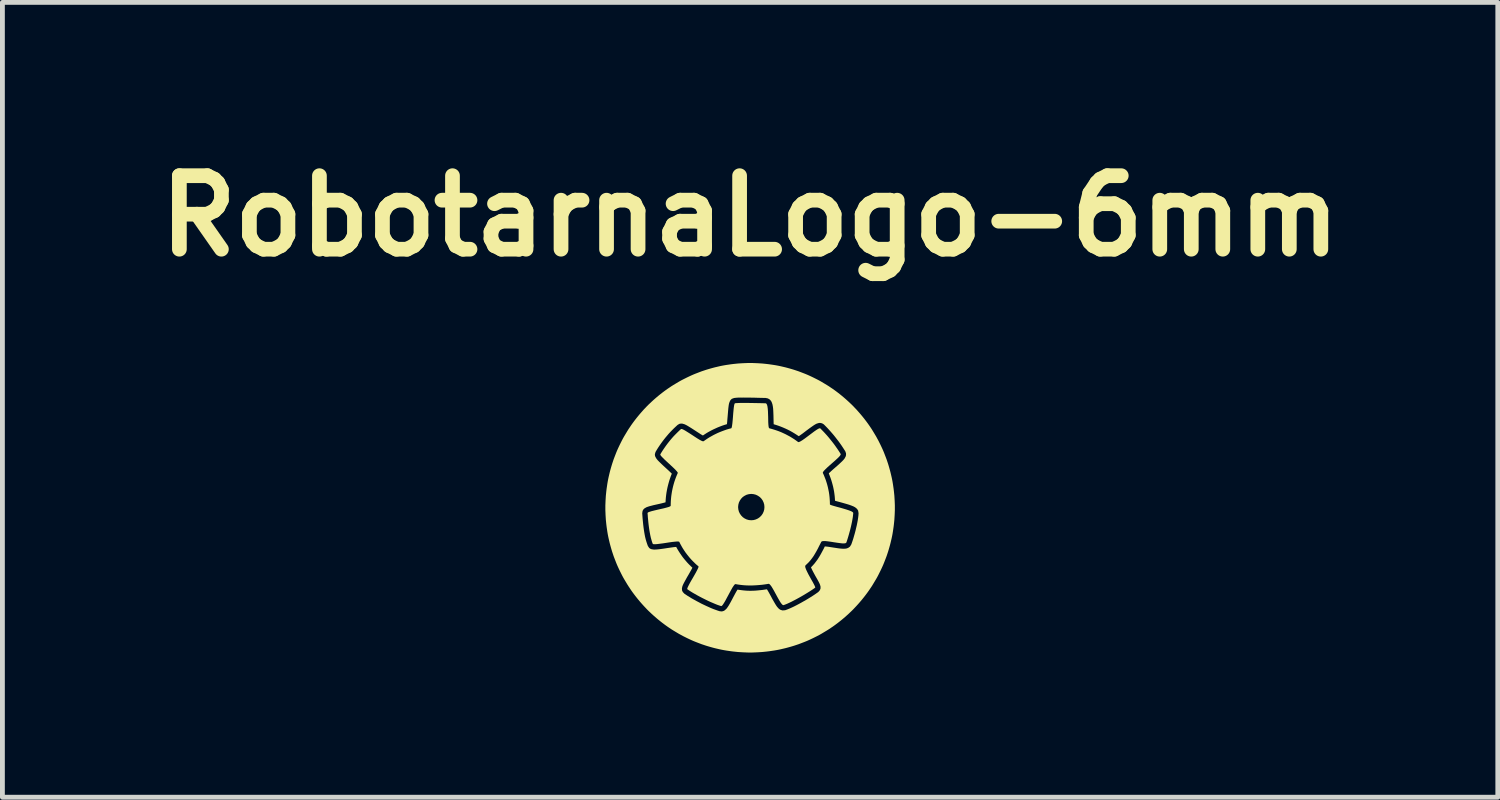
<source format=kicad_pcb>
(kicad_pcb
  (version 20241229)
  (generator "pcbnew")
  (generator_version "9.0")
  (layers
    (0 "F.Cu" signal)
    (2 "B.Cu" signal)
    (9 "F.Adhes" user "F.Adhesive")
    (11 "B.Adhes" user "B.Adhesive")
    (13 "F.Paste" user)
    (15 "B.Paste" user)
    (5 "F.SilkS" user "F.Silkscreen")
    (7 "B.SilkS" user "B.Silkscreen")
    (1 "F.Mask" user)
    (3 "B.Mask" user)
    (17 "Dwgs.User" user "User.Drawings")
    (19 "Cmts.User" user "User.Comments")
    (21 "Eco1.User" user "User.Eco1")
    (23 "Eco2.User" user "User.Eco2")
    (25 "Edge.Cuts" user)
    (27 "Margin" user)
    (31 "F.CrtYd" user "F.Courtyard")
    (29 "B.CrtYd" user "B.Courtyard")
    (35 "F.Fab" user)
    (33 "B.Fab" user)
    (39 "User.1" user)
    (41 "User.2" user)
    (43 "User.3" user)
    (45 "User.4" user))
  (footprint "RobotarnaLogo-6mm"
    (layer "F.Cu")
    (at 12.497 7.474)
    (property "Reference" "RobotarnaLogo-6mm" (at 0 -6.048 0) (layer "F.SilkS") (effects (font (size 1.524 1.524) (thickness 0.305))))
    (attr exclude_from_pos_files exclude_from_bom)
    (fp_poly (pts (xy -0.189 -2.173) (xy -0.249 -0.014) (xy -0.244 0.035) (xy -0.232 0.081) (xy -0.211 0.124) (xy -0.184 0.162) (xy -0.152 0.195) (xy -0.113 0.222) (xy -0.071 0.242) (xy -0.025 0.255) (xy 0.024 0.259) (xy 0.073 0.255) (xy 0.119 0.242) (xy 0.162 0.222) (xy 0.2 0.195) (xy 0.233 0.162) (xy 0.26 0.124) (xy 0.28 0.081) (xy 0.293 0.035) (xy 0.297 -0.014) (xy 0.293 -0.063) (xy 0.28 -0.109) (xy 0.26 -0.152) (xy 0.233 -0.19) (xy 0.2 -0.223) (xy 0.162 -0.249) (xy 0.119 -0.27) (xy 0.073 -0.282) (xy 0.024 -0.287) (xy -0.025 -0.282) (xy -0.071 -0.27) (xy -0.113 -0.249) (xy -0.152 -0.223) (xy -0.184 -0.19) (xy -0.211 -0.152) (xy -0.232 -0.109) (xy -0.244 -0.063) (xy -0.249 -0.014) (xy -0.189 -2.173) (xy -0.136 -2.173) (xy -0.078 -2.173) (xy -0.018 -2.172) (xy 0.043 -2.171) (xy 0.102 -2.17) (xy 0.159 -2.169) (xy 0.211 -2.168) (xy 0.256 -2.167) (xy 0.294 -2.166) (xy 0.321 -2.166) (xy 0.338 -2.157) (xy 0.351 -2.133) (xy 0.36 -2.097) (xy 0.366 -2.051) (xy 0.37 -1.998) (xy 0.372 -1.941) (xy 0.374 -1.882) (xy 0.375 -1.824) (xy 0.376 -1.77) (xy 0.379 -1.722) (xy 0.383 -1.684) (xy 0.389 -1.658) (xy 0.398 -1.647) (xy 0.448 -1.634) (xy 0.497 -1.619) (xy 0.546 -1.603) (xy 0.594 -1.586) (xy 0.642 -1.567) (xy 0.688 -1.546) (xy 0.735 -1.524) (xy 0.78 -1.5) (xy 0.825 -1.476) (xy 0.869 -1.449) (xy 0.912 -1.422) (xy 0.955 -1.392) (xy 0.996 -1.362) (xy 1.013 -1.362) (xy 1.042 -1.375) (xy 1.08 -1.398) (xy 1.125 -1.429) (xy 1.175 -1.466) (xy 1.227 -1.505) (xy 1.279 -1.544) (xy 1.328 -1.581) (xy 1.373 -1.612) (xy 1.41 -1.635) (xy 1.438 -1.647) (xy 1.454 -1.646) (xy 1.491 -1.608) (xy 1.528 -1.57) (xy 1.563 -1.532) (xy 1.598 -1.493) (xy 1.632 -1.453) (xy 1.665 -1.412) (xy 1.698 -1.371) (xy 1.73 -1.33) (xy 1.761 -1.288) (xy 1.791 -1.245) (xy 1.821 -1.202) (xy 1.85 -1.158) (xy 1.878 -1.113) (xy 1.875 -1.097) (xy 1.858 -1.072) (xy 1.828 -1.04) (xy 1.788 -1.003) (xy 1.743 -0.962) (xy 1.694 -0.919) (xy 1.645 -0.876) (xy 1.599 -0.835) (xy 1.56 -0.797) (xy 1.529 -0.765) (xy 1.51 -0.739) (xy 1.507 -0.722) (xy 1.529 -0.675) (xy 1.548 -0.627) (xy 1.567 -0.578) (xy 1.583 -0.529) (xy 1.598 -0.479) (xy 1.611 -0.429) (xy 1.622 -0.378) (xy 1.632 -0.328) (xy 1.64 -0.276) (xy 1.646 -0.225) (xy 1.65 -0.173) (xy 1.653 -0.121) (xy 1.654 -0.069) (xy 1.665 -0.06) (xy 1.696 -0.049) (xy 1.743 -0.035) (xy 1.8 -0.019) (xy 1.864 -0.002) (xy 1.93 0.017) (xy 1.994 0.036) (xy 2.051 0.055) (xy 2.097 0.073) (xy 2.127 0.091) (xy 2.138 0.107) (xy 2.134 0.148) (xy 2.129 0.192) (xy 2.121 0.24) (xy 2.112 0.29) (xy 2.101 0.342) (xy 2.089 0.395) (xy 2.076 0.448) (xy 2.062 0.5) (xy 2.048 0.551) (xy 2.034 0.599) (xy 2.02 0.645) (xy 2.007 0.686) (xy 1.994 0.723) (xy 1.979 0.734) (xy 1.949 0.739) (xy 1.907 0.738) (xy 1.856 0.732) (xy 1.798 0.724) (xy 1.737 0.715) (xy 1.676 0.705) (xy 1.618 0.697) (xy 1.566 0.691) (xy 1.522 0.69) (xy 1.491 0.694) (xy 1.476 0.705) (xy 1.452 0.752) (xy 1.428 0.798) (xy 1.406 0.843) (xy 1.383 0.886) (xy 1.359 0.928) (xy 1.335 0.969) (xy 1.31 1.009) (xy 1.282 1.048) (xy 1.253 1.086) (xy 1.221 1.123) (xy 1.185 1.159) (xy 1.147 1.195) (xy 1.141 1.212) (xy 1.146 1.242) (xy 1.161 1.282) (xy 1.183 1.329) (xy 1.209 1.381) (xy 1.239 1.435) (xy 1.268 1.488) (xy 1.297 1.538) (xy 1.321 1.583) (xy 1.339 1.619) (xy 1.349 1.644) (xy 1.349 1.656) (xy 1.318 1.678) (xy 1.283 1.702) (xy 1.243 1.728) (xy 1.2 1.755) (xy 1.154 1.783) (xy 1.106 1.812) (xy 1.056 1.841) (xy 1.006 1.869) (xy 0.955 1.897) (xy 0.905 1.923) (xy 0.857 1.948) (xy 0.811 1.97) (xy 0.767 1.99) (xy 0.727 2.006) (xy 0.692 2.019) (xy 0.676 2.015) (xy 0.656 1.996) (xy 0.633 1.966) (xy 0.608 1.925) (xy 0.581 1.878) (xy 0.553 1.827) (xy 0.524 1.774) (xy 0.496 1.722) (xy 0.469 1.675) (xy 0.444 1.634) (xy 0.42 1.602) (xy 0.4 1.582) (xy 0.384 1.576) (xy 0.337 1.584) (xy 0.289 1.591) (xy 0.242 1.597) (xy 0.195 1.601) (xy 0.147 1.605) (xy 0.1 1.608) (xy 0.052 1.61) (xy 0.004 1.611) (xy -0.047 1.61) (xy -0.099 1.608) (xy -0.15 1.604) (xy -0.202 1.598) (xy -0.253 1.591) (xy -0.304 1.582) (xy -0.319 1.589) (xy -0.339 1.614) (xy -0.364 1.651) (xy -0.391 1.699) (xy -0.421 1.754) (xy -0.452 1.812) (xy -0.483 1.869) (xy -0.512 1.924) (xy -0.54 1.971) (xy -0.564 2.008) (xy -0.584 2.032) (xy -0.599 2.038) (xy -0.638 2.026) (xy -0.681 2.011) (xy -0.728 1.992) (xy -0.777 1.971) (xy -0.829 1.949) (xy -0.882 1.924) (xy -0.935 1.898) (xy -0.989 1.871) (xy -1.041 1.844) (xy -1.093 1.816) (xy -1.142 1.788) (xy -1.188 1.762) (xy -1.23 1.736) (xy -1.268 1.711) (xy -1.301 1.689) (xy -1.303 1.675) (xy -1.293 1.648) (xy -1.274 1.609) (xy -1.249 1.561) (xy -1.219 1.508) (xy -1.186 1.452) (xy -1.154 1.396) (xy -1.124 1.343) (xy -1.099 1.295) (xy -1.08 1.256) (xy -1.069 1.228) (xy -1.07 1.214) (xy -1.109 1.182) (xy -1.146 1.148) (xy -1.181 1.113) (xy -1.216 1.077) (xy -1.249 1.04) (xy -1.281 1.001) (xy -1.312 0.962) (xy -1.342 0.922) (xy -1.37 0.88) (xy -1.397 0.838) (xy -1.422 0.795) (xy -1.446 0.751) (xy -1.468 0.706) (xy -1.483 0.7) (xy -1.514 0.699) (xy -1.559 0.703) (xy -1.615 0.709) (xy -1.678 0.718) (xy -1.743 0.728) (xy -1.809 0.738) (xy -1.872 0.746) (xy -1.927 0.753) (xy -1.972 0.756) (xy -2.003 0.755) (xy -2.017 0.749) (xy -2.032 0.71) (xy -2.045 0.666) (xy -2.058 0.619) (xy -2.069 0.569) (xy -2.079 0.517) (xy -2.088 0.464) (xy -2.096 0.41) (xy -2.103 0.355) (xy -2.109 0.302) (xy -2.114 0.25) (xy -2.119 0.2) (xy -2.122 0.152) (xy -2.126 0.108) (xy -2.115 0.096) (xy -2.085 0.084) (xy -2.039 0.07) (xy -1.983 0.056) (xy -1.92 0.041) (xy -1.854 0.026) (xy -1.791 0.012) (xy -1.734 -0.003) (xy -1.688 -0.016) (xy -1.657 -0.029) (xy -1.646 -0.04) (xy -1.645 -0.091) (xy -1.643 -0.141) (xy -1.639 -0.191) (xy -1.634 -0.241) (xy -1.627 -0.29) (xy -1.619 -0.339) (xy -1.609 -0.388) (xy -1.598 -0.437) (xy -1.585 -0.486) (xy -1.571 -0.534) (xy -1.555 -0.581) (xy -1.538 -0.628) (xy -1.519 -0.675) (xy -1.499 -0.721) (xy -1.503 -0.735) (xy -1.522 -0.759) (xy -1.551 -0.791) (xy -1.59 -0.829) (xy -1.634 -0.87) (xy -1.681 -0.914) (xy -1.728 -0.957) (xy -1.772 -0.998) (xy -1.81 -1.036) (xy -1.84 -1.067) (xy -1.858 -1.091) (xy -1.862 -1.106) (xy -1.835 -1.151) (xy -1.807 -1.195) (xy -1.777 -1.239) (xy -1.747 -1.282) (xy -1.716 -1.324) (xy -1.684 -1.365) (xy -1.651 -1.406) (xy -1.617 -1.446) (xy -1.582 -1.485) (xy -1.545 -1.523) (xy -1.508 -1.56) (xy -1.471 -1.596) (xy -1.432 -1.632) (xy -1.416 -1.633) (xy -1.388 -1.622) (xy -1.349 -1.601) (xy -1.304 -1.573) (xy -1.253 -1.541) (xy -1.199 -1.506) (xy -1.146 -1.471) (xy -1.095 -1.438) (xy -1.049 -1.41) (xy -1.01 -1.389) (xy -0.982 -1.378) (xy -0.965 -1.378) (xy -0.925 -1.406) (xy -0.884 -1.434) (xy -0.843 -1.46) (xy -0.8 -1.484) (xy -0.757 -1.508) (xy -0.713 -1.53) (xy -0.669 -1.551) (xy -0.624 -1.57) (xy -0.578 -1.588) (xy -0.532 -1.605) (xy -0.486 -1.621) (xy -0.439 -1.635) (xy -0.391 -1.647) (xy -0.382 -1.661) (xy -0.375 -1.695) (xy -0.368 -1.745) (xy -0.362 -1.805) (xy -0.356 -1.873) (xy -0.351 -1.942) (xy -0.345 -2.009) (xy -0.339 -2.07) (xy -0.332 -2.119) (xy -0.324 -2.152) (xy -0.314 -2.166) (xy -0.284 -2.169) (xy -0.241 -2.171) (xy -0.189 -2.173) (xy -0.189 -2.173)) (stroke (width 0) (type solid)) (fill yes) (layer "F.SilkS"))
    (fp_poly (pts (xy -0.000038 -3) (xy -0.191 -2.283) (xy -0.135 -2.284) (xy -0.076 -2.283) (xy -0.015 -2.283) (xy 0.047 -2.282) (xy 0.107 -2.281) (xy 0.164 -2.279) (xy 0.216 -2.278) (xy 0.26 -2.277) (xy 0.296 -2.276) (xy 0.321 -2.276) (xy 0.369 -2.266) (xy 0.408 -2.243) (xy 0.432 -2.216) (xy 0.446 -2.192) (xy 0.462 -2.147) (xy 0.471 -2.103) (xy 0.477 -2.058) (xy 0.48 -2.011) (xy 0.482 -1.963) (xy 0.484 -1.914) (xy 0.485 -1.865) (xy 0.486 -1.819) (xy 0.487 -1.776) (xy 0.488 -1.74) (xy 0.489 -1.731) (xy 0.539 -1.716) (xy 0.589 -1.699) (xy 0.638 -1.681) (xy 0.687 -1.661) (xy 0.735 -1.64) (xy 0.782 -1.618) (xy 0.829 -1.594) (xy 0.875 -1.568) (xy 0.92 -1.541) (xy 0.964 -1.513) (xy 1.008 -1.484) (xy 1.019 -1.49) (xy 1.049 -1.511) (xy 1.084 -1.536) (xy 1.121 -1.564) (xy 1.16 -1.594) (xy 1.199 -1.623) (xy 1.238 -1.652) (xy 1.276 -1.679) (xy 1.312 -1.704) (xy 1.346 -1.726) (xy 1.381 -1.744) (xy 1.429 -1.758) (xy 1.457 -1.758) (xy 1.492 -1.75) (xy 1.53 -1.727) (xy 1.532 -1.724) (xy 1.568 -1.688) (xy 1.603 -1.652) (xy 1.637 -1.615) (xy 1.671 -1.577) (xy 1.704 -1.539) (xy 1.737 -1.5) (xy 1.768 -1.461) (xy 1.799 -1.421) (xy 1.83 -1.381) (xy 1.86 -1.34) (xy 1.889 -1.299) (xy 1.917 -1.257) (xy 1.945 -1.214) (xy 1.972 -1.172) (xy 1.974 -1.168) (xy 1.988 -1.128) (xy 1.988 -1.092) (xy 1.982 -1.066) (xy 1.959 -1.022) (xy 1.934 -0.991) (xy 1.906 -0.962) (xy 1.874 -0.932) (xy 1.84 -0.9) (xy 1.804 -0.868) (xy 1.767 -0.836) (xy 1.73 -0.804) (xy 1.695 -0.773) (xy 1.664 -0.744) (xy 1.637 -0.719) (xy 1.631 -0.712) (xy 1.649 -0.666) (xy 1.666 -0.621) (xy 1.682 -0.575) (xy 1.696 -0.528) (xy 1.709 -0.481) (xy 1.721 -0.434) (xy 1.731 -0.386) (xy 1.74 -0.339) (xy 1.747 -0.29) (xy 1.753 -0.242) (xy 1.757 -0.194) (xy 1.76 -0.145) (xy 1.761 -0.145) (xy 1.796 -0.135) (xy 1.837 -0.124) (xy 1.881 -0.112) (xy 1.927 -0.099) (xy 1.973 -0.086) (xy 2.018 -0.073) (xy 2.062 -0.059) (xy 2.103 -0.044) (xy 2.14 -0.029) (xy 2.176 -0.01) (xy 2.216 0.023) (xy 2.239 0.059) (xy 2.248 0.114) (xy 2.248 0.114) (xy 2.245 0.16) (xy 2.239 0.209) (xy 2.231 0.261) (xy 2.221 0.314) (xy 2.21 0.368) (xy 2.197 0.422) (xy 2.184 0.477) (xy 2.17 0.53) (xy 2.155 0.582) (xy 2.141 0.631) (xy 2.126 0.678) (xy 2.111 0.722) (xy 2.097 0.761) (xy 2.097 0.761) (xy 2.069 0.806) (xy 2.034 0.831) (xy 2.006 0.842) (xy 1.982 0.847) (xy 1.94 0.85) (xy 1.899 0.848) (xy 1.856 0.844) (xy 1.812 0.838) (xy 1.766 0.831) (xy 1.72 0.824) (xy 1.674 0.817) (xy 1.631 0.81) (xy 1.591 0.805) (xy 1.557 0.802) (xy 1.549 0.801) (xy 1.526 0.848) (xy 1.502 0.893) (xy 1.478 0.938) (xy 1.453 0.983) (xy 1.427 1.026) (xy 1.399 1.07) (xy 1.368 1.112) (xy 1.336 1.154) (xy 1.3 1.195) (xy 1.262 1.235) (xy 1.263 1.239) (xy 1.277 1.269) (xy 1.294 1.304) (xy 1.314 1.342) (xy 1.335 1.381) (xy 1.357 1.421) (xy 1.379 1.459) (xy 1.4 1.496) (xy 1.419 1.531) (xy 1.435 1.562) (xy 1.448 1.592) (xy 1.459 1.63) (xy 1.46 1.671) (xy 1.447 1.707) (xy 1.414 1.746) (xy 1.414 1.746) (xy 1.381 1.769) (xy 1.344 1.795) (xy 1.303 1.822) (xy 1.259 1.85) (xy 1.212 1.879) (xy 1.164 1.908) (xy 1.113 1.937) (xy 1.062 1.966) (xy 1.011 1.994) (xy 0.96 2.021) (xy 0.909 2.047) (xy 0.86 2.07) (xy 0.813 2.091) (xy 0.768 2.109) (xy 0.726 2.124) (xy 0.726 2.124) (xy 0.67 2.128) (xy 0.628 2.115) (xy 0.603 2.099) (xy 0.585 2.082) (xy 0.557 2.05) (xy 0.534 2.016) (xy 0.511 1.978) (xy 0.488 1.938) (xy 0.464 1.896) (xy 0.441 1.853) (xy 0.418 1.81) (xy 0.396 1.77) (xy 0.375 1.733) (xy 0.357 1.703) (xy 0.348 1.69) (xy 0.299 1.697) (xy 0.25 1.704) (xy 0.201 1.709) (xy 0.152 1.714) (xy 0.103 1.718) (xy 0.054 1.72) (xy 0.005 1.721) (xy 0.004 1.721) (xy -0.04 1.72) (xy -0.084 1.718) (xy -0.129 1.714) (xy -0.173 1.709) (xy -0.217 1.703) (xy -0.261 1.697) (xy -0.269 1.709) (xy -0.288 1.741) (xy -0.309 1.779) (xy -0.331 1.82) (xy -0.354 1.863) (xy -0.377 1.907) (xy -0.4 1.95) (xy -0.423 1.991) (xy -0.445 2.029) (xy -0.467 2.062) (xy -0.49 2.093) (xy -0.526 2.126) (xy -0.549 2.139) (xy -0.584 2.149) (xy -0.629 2.145) (xy -0.629 2.145) (xy -0.671 2.132) (xy -0.715 2.116) (xy -0.762 2.099) (xy -0.811 2.079) (xy -0.86 2.057) (xy -0.911 2.034) (xy -0.962 2.01) (xy -1.014 1.985) (xy -1.064 1.958) (xy -1.114 1.932) (xy -1.162 1.905) (xy -1.209 1.879) (xy -1.252 1.852) (xy -1.294 1.827) (xy -1.331 1.802) (xy -1.365 1.779) (xy -1.396 1.745) (xy -1.411 1.712) (xy -1.413 1.669) (xy -1.403 1.626) (xy -1.389 1.592) (xy -1.372 1.558) (xy -1.352 1.521) (xy -1.33 1.481) (xy -1.307 1.439) (xy -1.282 1.397) (xy -1.258 1.355) (xy -1.235 1.314) (xy -1.214 1.277) (xy -1.197 1.244) (xy -1.196 1.243) (xy -1.232 1.208) (xy -1.268 1.173) (xy -1.302 1.137) (xy -1.335 1.099) (xy -1.367 1.061) (xy -1.398 1.022) (xy -1.427 0.981) (xy -1.455 0.94) (xy -1.482 0.898) (xy -1.508 0.855) (xy -1.532 0.812) (xy -1.548 0.813) (xy -1.586 0.817) (xy -1.63 0.823) (xy -1.678 0.83) (xy -1.727 0.837) (xy -1.777 0.845) (xy -1.826 0.852) (xy -1.872 0.858) (xy -1.916 0.863) (xy -1.955 0.866) (xy -1.992 0.867) (xy -2.035 0.861) (xy -2.06 0.854) (xy -2.09 0.835) (xy -2.119 0.792) (xy -2.119 0.792) (xy -2.135 0.748) (xy -2.15 0.702) (xy -2.164 0.654) (xy -2.176 0.605) (xy -2.186 0.554) (xy -2.195 0.502) (xy -2.203 0.45) (xy -2.21 0.398) (xy -2.216 0.347) (xy -2.221 0.297) (xy -2.226 0.248) (xy -2.23 0.201) (xy -2.233 0.157) (xy -2.236 0.115) (xy -2.236 0.115) (xy -2.236 0.115) (xy -2.229 0.065) (xy -2.209 0.031) (xy -2.189 0.013) (xy -2.15 -0.01) (xy -2.117 -0.022) (xy -2.082 -0.033) (xy -2.043 -0.043) (xy -2.001 -0.054) (xy -1.956 -0.064) (xy -1.911 -0.074) (xy -1.867 -0.084) (xy -1.825 -0.094) (xy -1.786 -0.104) (xy -1.753 -0.113) (xy -1.75 -0.163) (xy -1.746 -0.214) (xy -1.74 -0.265) (xy -1.733 -0.315) (xy -1.724 -0.365) (xy -1.714 -0.415) (xy -1.702 -0.465) (xy -1.689 -0.514) (xy -1.675 -0.563) (xy -1.659 -0.611) (xy -1.642 -0.659) (xy -1.623 -0.706) (xy -1.63 -0.714) (xy -1.656 -0.739) (xy -1.687 -0.769) (xy -1.721 -0.8) (xy -1.756 -0.832) (xy -1.792 -0.865) (xy -1.826 -0.897) (xy -1.859 -0.929) (xy -1.889 -0.958) (xy -1.916 -0.986) (xy -1.939 -1.014) (xy -1.961 -1.051) (xy -1.971 -1.075) (xy -1.974 -1.11) (xy -1.96 -1.157) (xy -1.957 -1.162) (xy -1.931 -1.206) (xy -1.904 -1.249) (xy -1.875 -1.292) (xy -1.846 -1.334) (xy -1.816 -1.375) (xy -1.785 -1.416) (xy -1.753 -1.456) (xy -1.72 -1.495) (xy -1.687 -1.534) (xy -1.652 -1.572) (xy -1.616 -1.609) (xy -1.58 -1.645) (xy -1.543 -1.68) (xy -1.505 -1.715) (xy -1.504 -1.716) (xy -1.466 -1.739) (xy -1.432 -1.745) (xy -1.407 -1.744) (xy -1.363 -1.732) (xy -1.328 -1.716) (xy -1.294 -1.697) (xy -1.258 -1.675) (xy -1.219 -1.651) (xy -1.179 -1.625) (xy -1.139 -1.599) (xy -1.099 -1.573) (xy -1.06 -1.548) (xy -1.025 -1.525) (xy -0.993 -1.506) (xy -0.978 -1.498) (xy -0.936 -1.526) (xy -0.894 -1.553) (xy -0.85 -1.578) (xy -0.806 -1.602) (xy -0.762 -1.624) (xy -0.716 -1.645) (xy -0.67 -1.666) (xy -0.624 -1.684) (xy -0.577 -1.702) (xy -0.529 -1.718) (xy -0.481 -1.732) (xy -0.479 -1.745) (xy -0.475 -1.781) (xy -0.472 -1.823) (xy -0.468 -1.869) (xy -0.464 -1.916) (xy -0.46 -1.964) (xy -0.456 -2.011) (xy -0.452 -2.056) (xy -0.447 -2.098) (xy -0.442 -2.135) (xy -0.434 -2.171) (xy -0.418 -2.211) (xy -0.405 -2.233) (xy -0.379 -2.258) (xy -0.332 -2.275) (xy -0.29 -2.28) (xy -0.244 -2.283) (xy -0.191 -2.284) (xy -0.191 -2.283) (xy -0.000038 -3) (xy -0.05 -3) (xy -0.1 -2.998) (xy -0.15 -2.996) (xy -0.199 -2.993) (xy -0.249 -2.99) (xy -0.298 -2.985) (xy -0.346 -2.98) (xy -0.395 -2.974) (xy -0.443 -2.967) (xy -0.491 -2.96) (xy -0.539 -2.952) (xy -0.587 -2.943) (xy -0.634 -2.933) (xy -0.681 -2.922) (xy -0.728 -2.911) (xy -0.774 -2.899) (xy -0.821 -2.886) (xy -0.866 -2.873) (xy -0.912 -2.859) (xy -0.957 -2.844) (xy -1.002 -2.829) (xy -1.047 -2.812) (xy -1.091 -2.795) (xy -1.135 -2.778) (xy -1.179 -2.76) (xy -1.222 -2.741) (xy -1.265 -2.721) (xy -1.307 -2.701) (xy -1.349 -2.68) (xy -1.391 -2.659) (xy -1.433 -2.637) (xy -1.474 -2.614) (xy -1.514 -2.59) (xy -1.554 -2.566) (xy -1.594 -2.542) (xy -1.634 -2.517) (xy -1.672 -2.491) (xy -1.711 -2.465) (xy -1.749 -2.438) (xy -1.787 -2.41) (xy -1.824 -2.382) (xy -1.861 -2.353) (xy -1.897 -2.324) (xy -1.933 -2.294) (xy -1.968 -2.264) (xy -2.003 -2.233) (xy -2.037 -2.202) (xy -2.071 -2.17) (xy -2.105 -2.138) (xy -2.138 -2.105) (xy -2.17 -2.071) (xy -2.202 -2.038) (xy -2.233 -2.003) (xy -2.264 -1.968) (xy -2.294 -1.933) (xy -2.324 -1.897) (xy -2.353 -1.861) (xy -2.382 -1.824) (xy -2.41 -1.787) (xy -2.438 -1.749) (xy -2.465 -1.711) (xy -2.491 -1.672) (xy -2.517 -1.634) (xy -2.542 -1.594) (xy -2.566 -1.554) (xy -2.59 -1.514) (xy -2.614 -1.474) (xy -2.637 -1.433) (xy -2.659 -1.391) (xy -2.68 -1.349) (xy -2.701 -1.307) (xy -2.721 -1.265) (xy -2.741 -1.222) (xy -2.76 -1.179) (xy -2.778 -1.135) (xy -2.795 -1.091) (xy -2.812 -1.047) (xy -2.829 -1.002) (xy -2.844 -0.957) (xy -2.859 -0.912) (xy -2.873 -0.866) (xy -2.886 -0.821) (xy -2.899 -0.774) (xy -2.911 -0.728) (xy -2.922 -0.681) (xy -2.933 -0.634) (xy -2.943 -0.587) (xy -2.952 -0.539) (xy -2.96 -0.491) (xy -2.967 -0.443) (xy -2.974 -0.395) (xy -2.98 -0.346) (xy -2.985 -0.298) (xy -2.99 -0.249) (xy -2.993 -0.199) (xy -2.996 -0.15) (xy -2.998 -0.1) (xy -3 -0.05) (xy -3 -0.000038) (xy -3 0.05) (xy -2.998 0.1) (xy -2.996 0.15) (xy -2.993 0.199) (xy -2.99 0.248) (xy -2.985 0.298) (xy -2.98 0.346) (xy -2.974 0.395) (xy -2.967 0.443) (xy -2.96 0.491) (xy -2.952 0.539) (xy -2.943 0.587) (xy -2.933 0.634) (xy -2.922 0.681) (xy -2.911 0.728) (xy -2.899 0.774) (xy -2.886 0.821) (xy -2.873 0.866) (xy -2.859 0.912) (xy -2.844 0.957) (xy -2.829 1.002) (xy -2.812 1.047) (xy -2.795 1.091) (xy -2.778 1.135) (xy -2.76 1.179) (xy -2.741 1.222) (xy -2.721 1.265) (xy -2.701 1.307) (xy -2.68 1.349) (xy -2.659 1.391) (xy -2.637 1.433) (xy -2.614 1.474) (xy -2.59 1.514) (xy -2.566 1.554) (xy -2.542 1.594) (xy -2.517 1.633) (xy -2.491 1.672) (xy -2.465 1.711) (xy -2.438 1.749) (xy -2.41 1.787) (xy -2.382 1.824) (xy -2.353 1.861) (xy -2.324 1.897) (xy -2.294 1.933) (xy -2.264 1.968) (xy -2.233 2.003) (xy -2.202 2.037) (xy -2.17 2.071) (xy -2.138 2.105) (xy -2.105 2.138) (xy -2.071 2.17) (xy -2.038 2.202) (xy -2.003 2.233) (xy -1.968 2.264) (xy -1.933 2.294) (xy -1.897 2.324) (xy -1.861 2.353) (xy -1.824 2.382) (xy -1.787 2.41) (xy -1.749 2.438) (xy -1.711 2.465) (xy -1.673 2.491) (xy -1.634 2.517) (xy -1.594 2.542) (xy -1.554 2.566) (xy -1.514 2.59) (xy -1.474 2.614) (xy -1.433 2.636) (xy -1.391 2.659) (xy -1.349 2.68) (xy -1.307 2.701) (xy -1.265 2.721) (xy -1.222 2.741) (xy -1.179 2.76) (xy -1.135 2.778) (xy -1.091 2.795) (xy -1.047 2.812) (xy -1.002 2.829) (xy -0.957 2.844) (xy -0.912 2.859) (xy -0.866 2.873) (xy -0.821 2.886) (xy -0.774 2.899) (xy -0.728 2.911) (xy -0.681 2.922) (xy -0.634 2.933) (xy -0.587 2.943) (xy -0.539 2.952) (xy -0.491 2.96) (xy -0.443 2.967) (xy -0.395 2.974) (xy -0.346 2.98) (xy -0.298 2.985) (xy -0.249 2.99) (xy -0.199 2.993) (xy -0.15 2.996) (xy -0.1 2.998) (xy -0.05 3) (xy -0.000038 3) (xy 0.05 3) (xy 0.1 2.998) (xy 0.15 2.996) (xy 0.199 2.993) (xy 0.248 2.99) (xy 0.298 2.985) (xy 0.346 2.98) (xy 0.395 2.974) (xy 0.443 2.967) (xy 0.491 2.96) (xy 0.539 2.952) (xy 0.587 2.943) (xy 0.634 2.933) (xy 0.681 2.922) (xy 0.728 2.911) (xy 0.774 2.899) (xy 0.821 2.886) (xy 0.866 2.873) (xy 0.912 2.859) (xy 0.957 2.844) (xy 1.002 2.829) (xy 1.047 2.812) (xy 1.091 2.795) (xy 1.135 2.778) (xy 1.179 2.76) (xy 1.222 2.741) (xy 1.265 2.721) (xy 1.307 2.701) (xy 1.349 2.68) (xy 1.391 2.659) (xy 1.433 2.637) (xy 1.474 2.614) (xy 1.514 2.59) (xy 1.554 2.566) (xy 1.594 2.542) (xy 1.634 2.517) (xy 1.672 2.491) (xy 1.711 2.465) (xy 1.749 2.438) (xy 1.787 2.41) (xy 1.824 2.382) (xy 1.861 2.353) (xy 1.897 2.324) (xy 1.933 2.294) (xy 1.968 2.264) (xy 2.003 2.233) (xy 2.037 2.202) (xy 2.071 2.17) (xy 2.105 2.138) (xy 2.138 2.105) (xy 2.17 2.071) (xy 2.202 2.037) (xy 2.233 2.003) (xy 2.264 1.968) (xy 2.294 1.933) (xy 2.324 1.897) (xy 2.353 1.861) (xy 2.382 1.824) (xy 2.41 1.787) (xy 2.438 1.749) (xy 2.465 1.711) (xy 2.491 1.672) (xy 2.517 1.634) (xy 2.542 1.594) (xy 2.566 1.554) (xy 2.59 1.514) (xy 2.614 1.474) (xy 2.637 1.433) (xy 2.659 1.391) (xy 2.68 1.349) (xy 2.701 1.307) (xy 2.721 1.265) (xy 2.741 1.222) (xy 2.76 1.179) (xy 2.778 1.135) (xy 2.795 1.091) (xy 2.812 1.047) (xy 2.829 1.002) (xy 2.844 0.957) (xy 2.859 0.912) (xy 2.873 0.866) (xy 2.886 0.821) (xy 2.899 0.774) (xy 2.911 0.728) (xy 2.922 0.681) (xy 2.933 0.634) (xy 2.943 0.587) (xy 2.952 0.539) (xy 2.96 0.491) (xy 2.967 0.443) (xy 2.974 0.395) (xy 2.98 0.346) (xy 2.985 0.298) (xy 2.99 0.248) (xy 2.993 0.199) (xy 2.996 0.15) (xy 2.998 0.1) (xy 3 0.05) (xy 3 -0.000038) (xy 3 -0.05) (xy 2.998 -0.1) (xy 2.996 -0.15) (xy 2.993 -0.199) (xy 2.99 -0.249) (xy 2.985 -0.298) (xy 2.98 -0.346) (xy 2.974 -0.395) (xy 2.967 -0.443) (xy 2.96 -0.491) (xy 2.952 -0.539) (xy 2.943 -0.587) (xy 2.933 -0.634) (xy 2.922 -0.681) (xy 2.911 -0.728) (xy 2.899 -0.774) (xy 2.886 -0.821) (xy 2.873 -0.866) (xy 2.859 -0.912) (xy 2.844 -0.957) (xy 2.829 -1.002) (xy 2.812 -1.047) (xy 2.795 -1.091) (xy 2.778 -1.135) (xy 2.76 -1.179) (xy 2.741 -1.222) (xy 2.721 -1.265) (xy 2.701 -1.307) (xy 2.68 -1.349) (xy 2.659 -1.391) (xy 2.636 -1.433) (xy 2.614 -1.474) (xy 2.59 -1.514) (xy 2.566 -1.554) (xy 2.542 -1.594) (xy 2.517 -1.634) (xy 2.491 -1.673) (xy 2.465 -1.711) (xy 2.438 -1.749) (xy 2.41 -1.787) (xy 2.382 -1.824) (xy 2.353 -1.861) (xy 2.324 -1.897) (xy 2.294 -1.933) (xy 2.264 -1.968) (xy 2.233 -2.003) (xy 2.202 -2.038) (xy 2.17 -2.071) (xy 2.138 -2.105) (xy 2.105 -2.138) (xy 2.071 -2.17) (xy 2.037 -2.202) (xy 2.003 -2.233) (xy 1.968 -2.264) (xy 1.933 -2.294) (xy 1.897 -2.324) (xy 1.861 -2.353) (xy 1.824 -2.382) (xy 1.787 -2.41) (xy 1.749 -2.438) (xy 1.711 -2.465) (xy 1.672 -2.491) (xy 1.634 -2.517) (xy 1.594 -2.542) (xy 1.554 -2.566) (xy 1.514 -2.59) (xy 1.474 -2.614) (xy 1.433 -2.637) (xy 1.391 -2.659) (xy 1.349 -2.68) (xy 1.307 -2.701) (xy 1.265 -2.721) (xy 1.222 -2.741) (xy 1.179 -2.76) (xy 1.135 -2.778) (xy 1.091 -2.795) (xy 1.047 -2.812) (xy 1.002 -2.829) (xy 0.957 -2.844) (xy 0.912 -2.859) (xy 0.866 -2.873) (xy 0.821 -2.886) (xy 0.774 -2.899) (xy 0.728 -2.911) (xy 0.681 -2.922) (xy 0.634 -2.933) (xy 0.587 -2.943) (xy 0.539 -2.952) (xy 0.491 -2.96) (xy 0.443 -2.967) (xy 0.395 -2.974) (xy 0.346 -2.98) (xy 0.298 -2.985) (xy 0.248 -2.99) (xy 0.199 -2.993) (xy 0.15 -2.996) (xy 0.1 -2.998) (xy 0.05 -3) (xy -0.000038 -3)) (stroke (width 0) (type solid)) (fill yes) (layer "F.SilkS")))
  (gr_rect
    (start -3 -3)
    (end 27.994 13.474)
    (stroke (width 0.1) (type default))
    (fill no)
    (layer "Edge.Cuts")))
</source>
